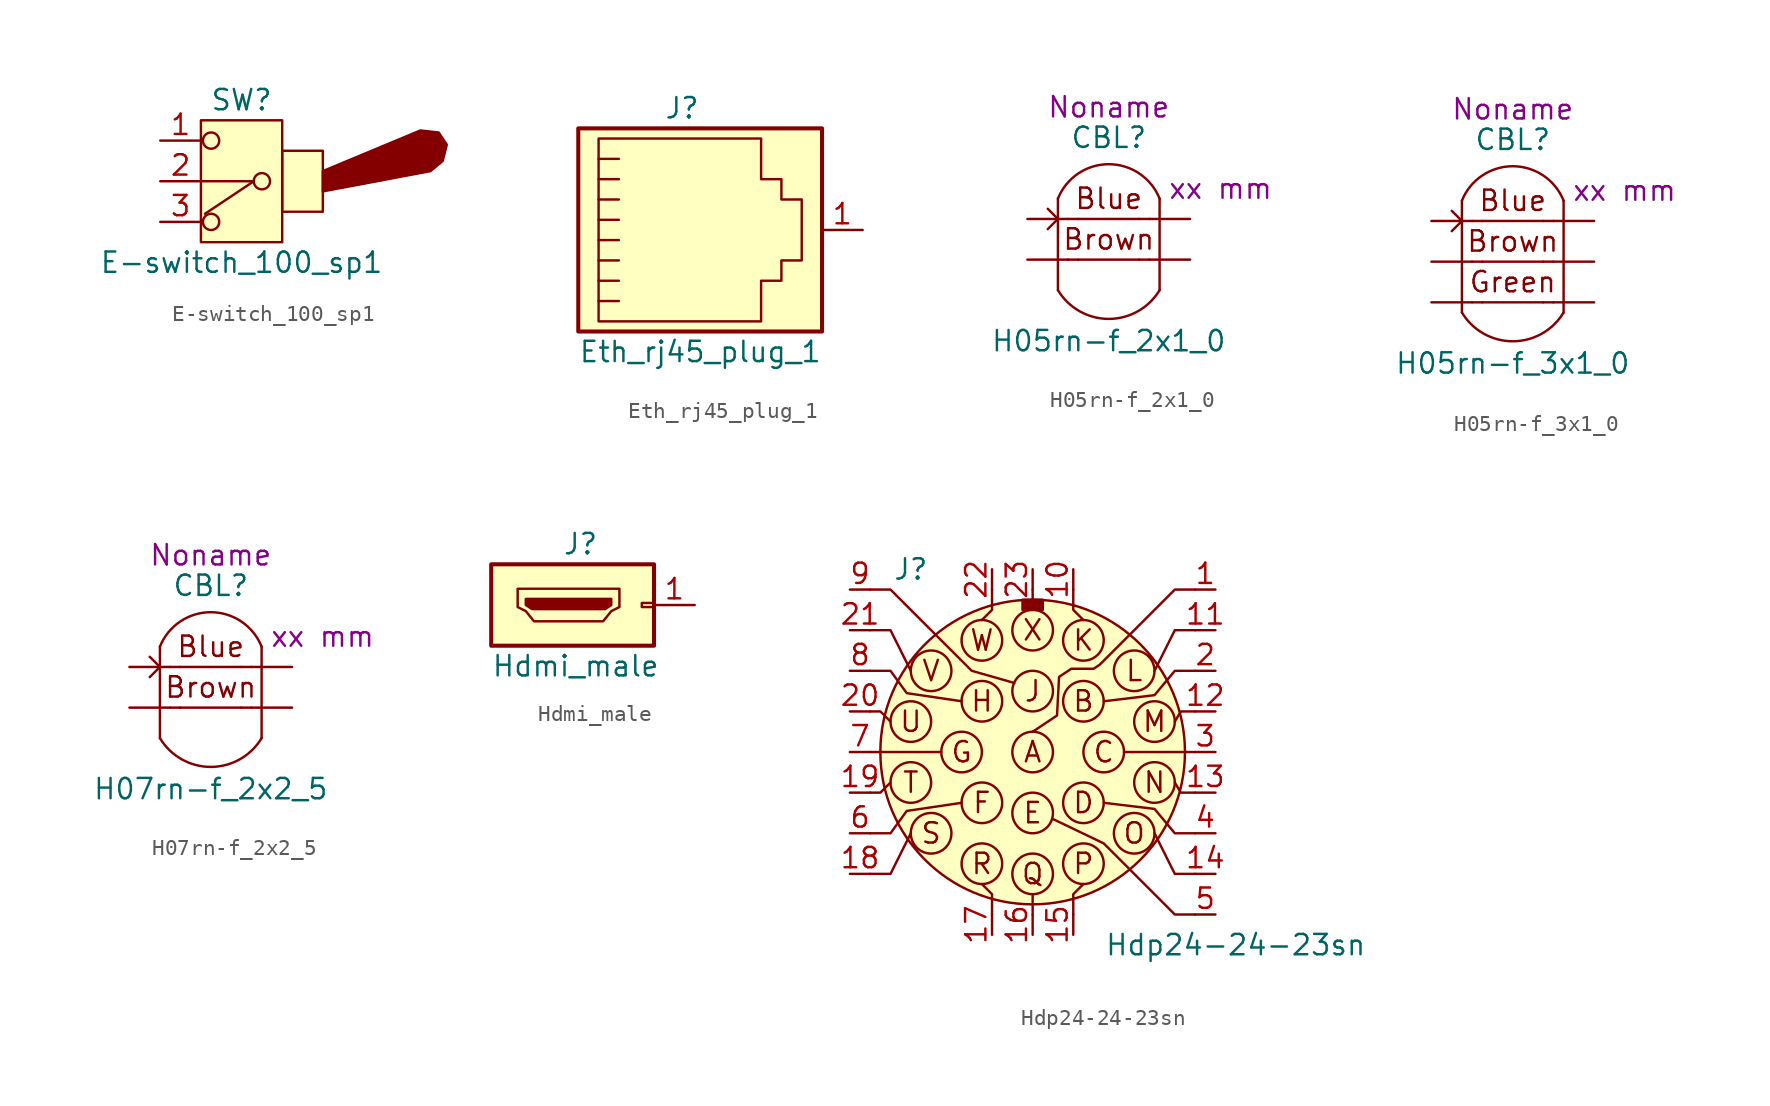
<source format=kicad_sym>
(kicad_symbol_lib
  (version 20220914)
  (generator kicad_symbol_editor)
  (symbol "E-switch_100_sp1"
    (pin_names
      (offset 0.002) hide)
    (property "Reference" "SW"
      (at 0 5.08 0)
      (effects (font (size 1.27 1.27))))
    (property "Value" "E-switch_100_sp1"
      (at 0 -5.08 0)
      (effects (font (size 1.27 1.27))))
    (symbol "E-switch_100_sp1_0_0"
      (circle (center -1.905 -2.54) (radius 0.508) (stroke (width 0) (type default)) (fill (type none)))
      (circle (center 1.27 0) (radius 0.508) (stroke (width 0) (type default)) (fill (type none)))
      (pin passive line (at -5.08 0 0) (length 2.54) (name "pin_2" (effects (font (size 1.27 1.27)))) (number "2" (effects (font (size 1.27 1.27)))))
      (pin passive line (at -5.08 -2.54 0) (length 2.54) (name "pin_3" (effects (font (size 1.27 1.27)))) (number "3" (effects (font (size 1.27 1.27))))))
    (symbol "E-switch_100_sp1_0_1"
      (rectangle (start -2.54 -3.81) (end 2.54 3.81) (stroke (width 0.152) (type default)) (fill (type background)))
      (circle (center -1.905 2.54) (radius 0.508) (stroke (width 0) (type default)) (fill (type none)))
      (polyline (pts (xy 0.762 0) (xy -2.54 0)) (stroke (width 0) (type default)) (fill (type none)))
      (polyline (pts (xy 0.762 0) (xy -2.286 -2.032)) (stroke (width 0) (type default)) (fill (type none)))
      (polyline (pts (xy 5.08 0.635) (xy 11.176 3.175) (xy 12.319 3.048) (xy 12.827 2.286) (xy 12.573 1.27) (xy 11.811 0.635) (xy 5.08 -0.635) (xy 5.08 0.635)) (stroke (width 0.152) (type default)) (fill (type outline)))
      (rectangle (start 2.54 1.905) (end 5.08 -1.905) (stroke (width 0.152) (type default)) (fill (type background))))
    (symbol "E-switch_100_sp1_1_0"
      (pin passive line (at -5.08 2.54 0) (length 2.54) (name "pin_1" (effects (font (size 1.27 1.27)))) (number "1" (effects (font (size 1.27 1.27)))))))
  (symbol "Eth_rj45_plug_1"
    (pin_names
      (offset 1.016) hide)
    (property "Reference" "J"
      (at 0 7.62 0)
      (effects (font (size 1.27 1.27)) (justify right)))
    (property "Value" "Eth_rj45_plug_1"
      (at -7.62 -7.62 0)
      (effects (font (size 1.27 1.27)) (justify left)))
    (symbol "Eth_rj45_plug_1_0_1"
      (polyline (pts (xy -5.08 3.175) (xy -6.35 3.175)) (stroke (width 0) (type default)) (fill (type none)))
      (polyline (pts (xy -5.08 4.445) (xy -6.35 4.445)) (stroke (width 0) (type default)) (fill (type none)))
      (polyline (pts (xy -6.35 -4.445) (xy -5.08 -4.445) (xy -5.08 -4.445)) (stroke (width 0) (type default)) (fill (type none)))
      (polyline (pts (xy -6.35 -3.175) (xy -5.08 -3.175) (xy -5.08 -3.175)) (stroke (width 0) (type default)) (fill (type none)))
      (polyline (pts (xy -6.35 -1.905) (xy -5.08 -1.905) (xy -5.08 -1.905)) (stroke (width 0) (type default)) (fill (type none)))
      (polyline (pts (xy -6.35 -0.635) (xy -5.08 -0.635) (xy -5.08 -0.635)) (stroke (width 0) (type default)) (fill (type none)))
      (polyline (pts (xy -6.35 0.635) (xy -5.08 0.635) (xy -5.08 0.635)) (stroke (width 0) (type default)) (fill (type none)))
      (polyline (pts (xy -5.08 1.905) (xy -6.35 1.905) (xy -6.35 1.905)) (stroke (width 0) (type default)) (fill (type none)))
      (polyline (pts (xy -6.35 -5.715) (xy -6.35 5.715) (xy 3.81 5.715) (xy 3.81 3.175) (xy 5.08 3.175) (xy 5.08 1.905) (xy 6.35 1.905) (xy 6.35 -1.905) (xy 5.08 -1.905) (xy 5.08 -3.175) (xy 3.81 -3.175) (xy 3.81 -5.715) (xy -6.35 -5.715) (xy -6.35 -5.715)) (stroke (width 0) (type default)) (fill (type none)))
      (rectangle (start 7.62 6.35) (end -7.62 -6.35) (stroke (width 0.254) (type default)) (fill (type background))))
    (symbol "Eth_rj45_plug_1_1_1"
      (pin passive line (at 10.16 0 180) (length 2.54) (name "pin_1" (effects (font (size 1.27 1.27)))) (number "1" (effects (font (size 1.27 1.27)))))))
  (symbol "H05rn-f_2x1_0"
    (pin_numbers hide)
    (pin_names hide)
    (property "Reference" "CBL"
      (at 0 5.08 0)
      (effects (font (size 1.27 1.27))))
    (property "Value" "H05rn-f_2x1_0"
      (at 0 -7.62 0)
      (effects (font (size 1.27 1.27))))
    (property "Length" "xx mm"
      (at 6.985 1.905 0)
      (effects (font (size 1.27 1.27))))
    (property "Harness_name" "Noname"
      (at 0 6.985 0)
      (effects (font (size 1.27 1.27))))
    (symbol "H05rn-f_2x1_0_0_0"
      (arc (start -3.175 -4.445) (mid 0 -6.2427) (end 3.175 -4.445) (stroke (width 0) (type default)) (fill (type none)))
      (polyline (pts (xy -3.175 1.27) (xy -3.175 -4.445)) (stroke (width 0) (type default)) (fill (type none)))
      (polyline (pts (xy -1.905 -2.54) (xy 1.905 -2.54)) (stroke (width 0) (type default)) (fill (type none)))
      (polyline (pts (xy -1.905 0) (xy 1.905 0)) (stroke (width 0) (type default)) (fill (type none)))
      (polyline (pts (xy 3.175 1.27) (xy 3.175 -4.445)) (stroke (width 0) (type default)) (fill (type none)))
      (arc (start 3.175 1.27) (mid 0 3.4196) (end -3.175 1.27) (stroke (width 0) (type default)) (fill (type none)))
      (text "Blue" (at 0 1.27 0) (effects (font (size 1.27 1.27))))
      (text "Brown" (at 0 -1.27 0) (effects (font (size 1.27 1.27)))))
    (symbol "H05rn-f_2x1_0_0_1"
      (polyline (pts (xy -1.905 -2.54) (xy -2.54 -2.54)) (stroke (width 0) (type default)) (fill (type none)))
      (polyline (pts (xy -1.905 0) (xy -2.54 0)) (stroke (width 0) (type default)) (fill (type none)))
      (polyline (pts (xy 2.54 -2.54) (xy 1.905 -2.54)) (stroke (width 0) (type default)) (fill (type none)))
      (polyline (pts (xy 2.54 0) (xy 1.905 0)) (stroke (width 0) (type default)) (fill (type none)))
      (polyline (pts (xy -3.81 0.635) (xy -3.175 0) (xy -3.81 -0.635)) (stroke (width 0) (type default)) (fill (type none))))
    (symbol "H05rn-f_2x1_0_1_1"
      (pin passive line (at -5.08 0 0) (length 2.54) (name "C1.1" (effects (font (size 1.27 1.27)))) (number "1" (effects (font (size 1.27 1.27)))))
      (pin passive line (at 5.08 0 180) (length 2.54) (name "C1.2" (effects (font (size 1.27 1.27)))) (number "2" (effects (font (size 1.27 1.27)))))
      (pin passive line (at -5.08 -2.54 0) (length 2.54) (name "C2.1" (effects (font (size 1.27 1.27)))) (number "3" (effects (font (size 1.27 1.27)))))
      (pin passive line (at 5.08 -2.54 180) (length 2.54) (name "C2.2" (effects (font (size 1.27 1.27)))) (number "4" (effects (font (size 1.27 1.27)))))))
  (symbol "H05rn-f_3x1_0"
    (pin_numbers hide)
    (pin_names hide)
    (property "Reference" "CBL"
      (at 0 7.62 0)
      (effects (font (size 1.27 1.27))))
    (property "Value" "H05rn-f_3x1_0"
      (at 0 -6.35 0)
      (effects (font (size 1.27 1.27))))
    (property "Length" "xx mm"
      (at 6.985 4.445 0)
      (effects (font (size 1.27 1.27))))
    (property "Harness_name" "Noname"
      (at 0 9.525 0)
      (effects (font (size 1.27 1.27))))
    (symbol "H05rn-f_3x1_0_0_0"
      (arc (start -3.175 -3.175) (mid 0 -4.9727) (end 3.175 -3.175) (stroke (width 0) (type default)) (fill (type none)))
      (polyline (pts (xy -3.175 3.81) (xy -3.175 -3.175)) (stroke (width 0) (type default)) (fill (type none)))
      (polyline (pts (xy -1.905 -2.54) (xy 1.905 -2.54)) (stroke (width 0) (type default)) (fill (type none)))
      (polyline (pts (xy -1.905 0) (xy 1.905 0)) (stroke (width 0) (type default)) (fill (type none)))
      (polyline (pts (xy -1.905 2.54) (xy 1.905 2.54)) (stroke (width 0) (type default)) (fill (type none)))
      (polyline (pts (xy 3.175 3.81) (xy 3.175 -3.175)) (stroke (width 0) (type default)) (fill (type none)))
      (arc (start 3.175 3.81) (mid 0 5.9596) (end -3.175 3.81) (stroke (width 0) (type default)) (fill (type none)))
      (text "Blue" (at 0 3.81 0) (effects (font (size 1.27 1.27))))
      (text "Brown" (at 0 1.27 0) (effects (font (size 1.27 1.27))))
      (text "Green" (at 0 -1.27 0) (effects (font (size 1.27 1.27)))))
    (symbol "H05rn-f_3x1_0_0_1"
      (polyline (pts (xy -1.905 -2.54) (xy -2.54 -2.54)) (stroke (width 0) (type default)) (fill (type none)))
      (polyline (pts (xy -1.905 0) (xy -2.54 0)) (stroke (width 0) (type default)) (fill (type none)))
      (polyline (pts (xy -1.905 2.54) (xy -2.54 2.54)) (stroke (width 0) (type default)) (fill (type none)))
      (polyline (pts (xy 2.54 -2.54) (xy 1.905 -2.54)) (stroke (width 0) (type default)) (fill (type none)))
      (polyline (pts (xy 2.54 0) (xy 1.905 0)) (stroke (width 0) (type default)) (fill (type none)))
      (polyline (pts (xy 2.54 2.54) (xy 1.905 2.54)) (stroke (width 0) (type default)) (fill (type none)))
      (polyline (pts (xy -3.81 3.175) (xy -3.175 2.54) (xy -3.81 1.905)) (stroke (width 0) (type default)) (fill (type none))))
    (symbol "H05rn-f_3x1_0_1_1"
      (pin passive line (at -5.08 2.54 0) (length 2.54) (name "C1.1" (effects (font (size 1.27 1.27)))) (number "1" (effects (font (size 1.27 1.27)))))
      (pin passive line (at 5.08 2.54 180) (length 2.54) (name "C1.2" (effects (font (size 1.27 1.27)))) (number "2" (effects (font (size 1.27 1.27)))))
      (pin passive line (at -5.08 0 0) (length 2.54) (name "C2.1" (effects (font (size 1.27 1.27)))) (number "3" (effects (font (size 1.27 1.27)))))
      (pin passive line (at 5.08 0 180) (length 2.54) (name "C2.2" (effects (font (size 1.27 1.27)))) (number "4" (effects (font (size 1.27 1.27)))))
      (pin passive line (at -5.08 -2.54 0) (length 2.54) (name "C3.1" (effects (font (size 1.27 1.27)))) (number "5" (effects (font (size 1.27 1.27)))))
      (pin passive line (at 5.08 -2.54 180) (length 2.54) (name "C3.2" (effects (font (size 1.27 1.27)))) (number "6" (effects (font (size 1.27 1.27)))))))
  (symbol "H07rn-f_2x2_5"
    (pin_numbers hide)
    (pin_names hide)
    (property "Reference" "CBL"
      (at 0 5.08 0)
      (effects (font (size 1.27 1.27))))
    (property "Value" "H07rn-f_2x2_5"
      (at 0 -7.62 0)
      (effects (font (size 1.27 1.27))))
    (property "Length" "xx mm"
      (at 6.985 1.905 0)
      (effects (font (size 1.27 1.27))))
    (property "Harness_name" "Noname"
      (at 0 6.985 0)
      (effects (font (size 1.27 1.27))))
    (symbol "H07rn-f_2x2_5_0_0"
      (arc (start -3.175 -4.445) (mid 0 -6.2427) (end 3.175 -4.445) (stroke (width 0) (type default)) (fill (type none)))
      (polyline (pts (xy -3.175 1.27) (xy -3.175 -4.445)) (stroke (width 0) (type default)) (fill (type none)))
      (polyline (pts (xy -1.905 -2.54) (xy 1.905 -2.54)) (stroke (width 0) (type default)) (fill (type none)))
      (polyline (pts (xy -1.905 0) (xy 1.905 0)) (stroke (width 0) (type default)) (fill (type none)))
      (polyline (pts (xy 3.175 1.27) (xy 3.175 -4.445)) (stroke (width 0) (type default)) (fill (type none)))
      (arc (start 3.175 1.27) (mid 0 3.4196) (end -3.175 1.27) (stroke (width 0) (type default)) (fill (type none)))
      (text "Blue" (at 0 1.27 0) (effects (font (size 1.27 1.27))))
      (text "Brown" (at 0 -1.27 0) (effects (font (size 1.27 1.27)))))
    (symbol "H07rn-f_2x2_5_0_1"
      (polyline (pts (xy -1.905 -2.54) (xy -2.54 -2.54)) (stroke (width 0) (type default)) (fill (type none)))
      (polyline (pts (xy -1.905 0) (xy -2.54 0)) (stroke (width 0) (type default)) (fill (type none)))
      (polyline (pts (xy 2.54 -2.54) (xy 1.905 -2.54)) (stroke (width 0) (type default)) (fill (type none)))
      (polyline (pts (xy 2.54 0) (xy 1.905 0)) (stroke (width 0) (type default)) (fill (type none)))
      (polyline (pts (xy -3.81 0.635) (xy -3.175 0) (xy -3.81 -0.635)) (stroke (width 0) (type default)) (fill (type none))))
    (symbol "H07rn-f_2x2_5_1_1"
      (pin passive line (at -5.08 0 0) (length 2.54) (name "C1.1" (effects (font (size 1.27 1.27)))) (number "1" (effects (font (size 1.27 1.27)))))
      (pin passive line (at 5.08 0 180) (length 2.54) (name "C1.2" (effects (font (size 1.27 1.27)))) (number "2" (effects (font (size 1.27 1.27)))))
      (pin passive line (at -5.08 -2.54 0) (length 2.54) (name "C2.1" (effects (font (size 1.27 1.27)))) (number "3" (effects (font (size 1.27 1.27)))))
      (pin passive line (at 5.08 -2.54 180) (length 2.54) (name "C2.2" (effects (font (size 1.27 1.27)))) (number "4" (effects (font (size 1.27 1.27)))))))
  (symbol "Hdmi_male"
    (pin_names
      (offset 1.016) hide)
    (property "Reference" "J"
      (at -5.715 3.81 0)
      (effects (font (size 1.27 1.27)) (justify left)))
    (property "Value" "Hdmi_male"
      (at -10.16 -3.81 0)
      (effects (font (size 1.27 1.27)) (justify left)))
    (symbol "Hdmi_male_0_0"
      (polyline (pts (xy -8.509 -0.127) (xy -8.509 1.016) (xy -2.159 1.016) (xy -2.159 -0.127) (xy -2.667 -0.381) (xy -3.175 -1.016) (xy -7.493 -1.016) (xy -8.001 -0.381) (xy -8.509 -0.127)) (stroke (width 0) (type default)) (fill (type none))))
    (symbol "Hdmi_male_0_1"
      (rectangle (start -10.16 -2.54) (end 0 2.54) (stroke (width 0.254) (type default)) (fill (type background)))
      (rectangle (start 0 -0.127) (end -0.762 0.127) (stroke (width 0) (type default)) (fill (type none)))
      (polyline (pts (xy -8.001 0.381) (xy -8.001 0) (xy -7.62 -0.254) (xy -3.048 -0.254) (xy -2.667 0) (xy -2.667 0.381) (xy -8.001 0.381)) (stroke (width 0) (type default)) (fill (type outline))))
    (symbol "Hdmi_male_1_1"
      (pin passive line (at 2.54 0 180) (length 2.54) (name "Pin_1" (effects (font (size 1.27 1.27)))) (number "1" (effects (font (size 1.27 1.27)))))))
  (symbol "Hdp24-24-23sn"
    (pin_names
      (offset 1.016) hide)
    (property "Reference" "J"
      (at -7.62 11.43 0)
      (effects (font (size 1.27 1.27))))
    (property "Value" "Hdp24-24-23sn"
      (at 12.7 -12.065 0)
      (effects (font (size 1.27 1.27))))
    (symbol "Hdp24-24-23sn_0_0"
      (text "A" (at 0 0 0) (effects (font (size 1.27 1.27)))))
    (symbol "Hdp24-24-23sn_0_1"
      (circle (center 7.62 1.905) (radius 1.27) (stroke (width 0) (type default)) (fill (type none))))
    (symbol "Hdp24-24-23sn_1_1"
      (circle (center -7.62 -1.905) (radius 1.27) (stroke (width 0) (type default)) (fill (type none)))
      (circle (center -7.62 1.905) (radius 1.27) (stroke (width 0) (type default)) (fill (type none)))
      (circle (center -6.35 -5.08) (radius 1.27) (stroke (width 0) (type default)) (fill (type none)))
      (circle (center -6.35 5.08) (radius 1.27) (stroke (width 0) (type default)) (fill (type none)))
      (circle (center -4.445 0) (radius 1.27) (stroke (width 0) (type default)) (fill (type none)))
      (circle (center -3.175 -6.985) (radius 1.27) (stroke (width 0) (type default)) (fill (type none)))
      (circle (center -3.175 -3.175) (radius 1.27) (stroke (width 0) (type default)) (fill (type none)))
      (circle (center -3.175 3.175) (radius 1.27) (stroke (width 0) (type default)) (fill (type none)))
      (circle (center -3.175 6.985) (radius 1.27) (stroke (width 0) (type default)) (fill (type none)))
      (rectangle (start -0.635 9.525) (end 0.635 8.89) (stroke (width 0) (type default)) (fill (type outline)))
      (circle (center 0 -7.62) (radius 1.27) (stroke (width 0) (type default)) (fill (type none)))
      (circle (center 0 -3.81) (radius 1.27) (stroke (width 0) (type default)) (fill (type none)))
      (polyline (pts (xy -5.715 0) (xy -10.16 0)) (stroke (width 0) (type default)) (fill (type none)))
      (polyline (pts (xy 0 -8.89) (xy 0 -10.16)) (stroke (width 0) (type default)) (fill (type none)))
      (polyline (pts (xy 0 8.89) (xy 0 10.16)) (stroke (width 0) (type default)) (fill (type none)))
      (polyline (pts (xy 5.715 0) (xy 10.16 0)) (stroke (width 0) (type default)) (fill (type none)))
      (polyline (pts (xy -8.89 -1.905) (xy -9.525 -2.54) (xy -10.16 -2.54)) (stroke (width 0) (type default)) (fill (type none)))
      (polyline (pts (xy -8.89 1.905) (xy -9.525 2.54) (xy -10.16 2.54)) (stroke (width 0) (type default)) (fill (type none)))
      (polyline (pts (xy -7.62 -5.08) (xy -8.89 -7.62) (xy -10.16 -7.62)) (stroke (width 0) (type default)) (fill (type none)))
      (polyline (pts (xy -7.62 5.08) (xy -8.89 7.62) (xy -10.16 7.62)) (stroke (width 0) (type default)) (fill (type none)))
      (polyline (pts (xy -3.175 -8.255) (xy -2.54 -8.89) (xy -2.54 -10.16)) (stroke (width 0) (type default)) (fill (type none)))
      (polyline (pts (xy -3.175 8.255) (xy -2.54 8.89) (xy -2.54 10.16)) (stroke (width 0) (type default)) (fill (type none)))
      (polyline (pts (xy 3.175 -8.255) (xy 2.54 -8.89) (xy 2.54 -10.16)) (stroke (width 0) (type default)) (fill (type none)))
      (polyline (pts (xy 3.175 8.255) (xy 2.54 8.89) (xy 2.54 10.16)) (stroke (width 0) (type default)) (fill (type none)))
      (polyline (pts (xy 7.62 -5.08) (xy 8.89 -7.62) (xy 10.16 -7.62)) (stroke (width 0) (type default)) (fill (type none)))
      (polyline (pts (xy 7.62 5.08) (xy 8.89 7.62) (xy 10.16 7.62)) (stroke (width 0) (type default)) (fill (type none)))
      (polyline (pts (xy 8.89 -1.905) (xy 9.271 -2.54) (xy 10.16 -2.54)) (stroke (width 0) (type default)) (fill (type none)))
      (polyline (pts (xy 8.89 1.905) (xy 9.271 2.54) (xy 10.16 2.54)) (stroke (width 0) (type default)) (fill (type none)))
      (polyline (pts (xy -4.445 -3.175) (xy -7.874 -3.683) (xy -8.89 -5.08) (xy -10.16 -5.08)) (stroke (width 0) (type default)) (fill (type none)))
      (polyline (pts (xy -4.445 3.175) (xy -7.874 3.683) (xy -8.89 5.08) (xy -10.16 5.08)) (stroke (width 0) (type default)) (fill (type none)))
      (polyline (pts (xy 4.445 -3.175) (xy 7.62 -3.556) (xy 8.89 -5.08) (xy 10.16 -5.08)) (stroke (width 0) (type default)) (fill (type none)))
      (polyline (pts (xy 4.445 3.175) (xy 7.62 3.556) (xy 8.89 5.08) (xy 10.16 5.08)) (stroke (width 0) (type default)) (fill (type none)))
      (polyline (pts (xy -1.143 4.318) (xy -3.81 5.08) (xy -6.35 7.62) (xy -8.89 10.16) (xy -10.16 10.16)) (stroke (width 0) (type default)) (fill (type none)))
      (polyline (pts (xy 1.27 -4.191) (xy 4.445 -5.715) (xy 6.35 -7.62) (xy 6.985 -8.255) (xy 8.89 -10.16) (xy 10.16 -10.16)) (stroke (width 0) (type default)) (fill (type none)))
      (polyline (pts (xy 0 1.27) (xy 1.524 2.286) (xy 1.651 4.699) (xy 2.413 5.207) (xy 3.81 5.207) (xy 4.191 5.461) (xy 8.89 10.16) (xy 10.16 10.16)) (stroke (width 0) (type default)) (fill (type none)))
      (circle (center 0 0) (radius 1.27) (stroke (width 0) (type default)) (fill (type none)))
      (circle (center 0 0) (radius 9.525) (stroke (width 0) (type default)) (fill (type background)))
      (circle (center 0 3.81) (radius 1.27) (stroke (width 0) (type default)) (fill (type none)))
      (circle (center 0 7.62) (radius 1.27) (stroke (width 0) (type default)) (fill (type none)))
      (circle (center 3.175 -6.985) (radius 1.27) (stroke (width 0) (type default)) (fill (type none)))
      (circle (center 3.175 -3.175) (radius 1.27) (stroke (width 0) (type default)) (fill (type none)))
      (circle (center 3.175 3.175) (radius 1.27) (stroke (width 0) (type default)) (fill (type none)))
      (circle (center 3.175 6.985) (radius 1.27) (stroke (width 0) (type default)) (fill (type none)))
      (circle (center 4.445 0) (radius 1.27) (stroke (width 0) (type default)) (fill (type none)))
      (circle (center 6.35 -5.08) (radius 1.27) (stroke (width 0) (type default)) (fill (type none)))
      (circle (center 6.35 5.08) (radius 1.27) (stroke (width 0) (type default)) (fill (type none)))
      (circle (center 7.62 -1.905) (radius 1.27) (stroke (width 0) (type default)) (fill (type none)))
      (text "B" (at 3.175 3.175 0) (effects (font (size 1.27 1.27))))
      (text "C" (at 4.445 0 0) (effects (font (size 1.27 1.27))))
      (text "D" (at 3.175 -3.175 0) (effects (font (size 1.27 1.27))))
      (text "E" (at 0 -3.81 0) (effects (font (size 1.27 1.27))))
      (text "F" (at -3.175 -3.175 0) (effects (font (size 1.27 1.27))))
      (text "G" (at -4.445 0 0) (effects (font (size 1.27 1.27))))
      (text "H" (at -3.175 3.175 0) (effects (font (size 1.27 1.27))))
      (text "J" (at 0 3.81 0) (effects (font (size 1.27 1.27))))
      (text "K" (at 3.175 6.985 0) (effects (font (size 1.27 1.27))))
      (text "L" (at 6.35 5.08 0) (effects (font (size 1.27 1.27))))
      (text "M" (at 7.62 1.905 0) (effects (font (size 1.27 1.27))))
      (text "N" (at 7.62 -1.905 0) (effects (font (size 1.27 1.27))))
      (text "O" (at 6.35 -5.08 0) (effects (font (size 1.27 1.27))))
      (text "P" (at 3.175 -6.985 0) (effects (font (size 1.27 1.27))))
      (text "Q" (at 0 -7.62 0) (effects (font (size 1.27 1.27))))
      (text "R" (at -3.175 -6.985 0) (effects (font (size 1.27 1.27))))
      (text "S" (at -6.35 -5.08 0) (effects (font (size 1.27 1.27))))
      (text "T" (at -7.62 -1.905 0) (effects (font (size 1.27 1.27))))
      (text "U" (at -7.62 1.905 0) (effects (font (size 1.27 1.27))))
      (text "V" (at -6.35 5.08 0) (effects (font (size 1.27 1.27))))
      (text "W" (at -3.175 6.985 0) (effects (font (size 1.27 1.27))))
      (text "X" (at 0 7.62 0) (effects (font (size 1.27 1.27))))
      (pin passive line (at 11.43 10.16 180) (length 1.27) (name "A" (effects (font (size 1.27 1.27)))) (number "1" (effects (font (size 1.27 1.27)))))
      (pin passive line (at 2.54 11.43 270) (length 1.27) (name "K" (effects (font (size 1.27 1.27)))) (number "10" (effects (font (size 1.27 1.27)))))
      (pin passive line (at 11.43 7.62 180) (length 1.27) (name "L" (effects (font (size 1.27 1.27)))) (number "11" (effects (font (size 1.27 1.27)))))
      (pin passive line (at 11.43 2.54 180) (length 1.27) (name "M" (effects (font (size 1.27 1.27)))) (number "12" (effects (font (size 1.27 1.27)))))
      (pin passive line (at 11.43 -2.54 180) (length 1.27) (name "N" (effects (font (size 1.27 1.27)))) (number "13" (effects (font (size 1.27 1.27)))))
      (pin passive line (at 11.43 -7.62 180) (length 1.27) (name "O" (effects (font (size 1.27 1.27)))) (number "14" (effects (font (size 1.27 1.27)))))
      (pin passive line (at 2.54 -11.43 90) (length 1.27) (name "P" (effects (font (size 1.27 1.27)))) (number "15" (effects (font (size 1.27 1.27)))))
      (pin passive line (at 0 -11.43 90) (length 1.27) (name "Q" (effects (font (size 1.27 1.27)))) (number "16" (effects (font (size 1.27 1.27)))))
      (pin passive line (at -2.54 -11.43 90) (length 1.27) (name "R" (effects (font (size 1.27 1.27)))) (number "17" (effects (font (size 1.27 1.27)))))
      (pin passive line (at -11.43 -7.62 0) (length 1.27) (name "S" (effects (font (size 1.27 1.27)))) (number "18" (effects (font (size 1.27 1.27)))))
      (pin passive line (at -11.43 -2.54 0) (length 1.27) (name "T" (effects (font (size 1.27 1.27)))) (number "19" (effects (font (size 1.27 1.27)))))
      (pin passive line (at 11.43 5.08 180) (length 1.27) (name "B" (effects (font (size 1.27 1.27)))) (number "2" (effects (font (size 1.27 1.27)))))
      (pin passive line (at -11.43 2.54 0) (length 1.27) (name "U" (effects (font (size 1.27 1.27)))) (number "20" (effects (font (size 1.27 1.27)))))
      (pin passive line (at -11.43 7.62 0) (length 1.27) (name "V" (effects (font (size 1.27 1.27)))) (number "21" (effects (font (size 1.27 1.27)))))
      (pin passive line (at -2.54 11.43 270) (length 1.27) (name "W" (effects (font (size 1.27 1.27)))) (number "22" (effects (font (size 1.27 1.27)))))
      (pin passive line (at 0 11.43 270) (length 1.27) (name "X" (effects (font (size 1.27 1.27)))) (number "23" (effects (font (size 1.27 1.27)))))
      (pin passive line (at 11.43 0 180) (length 1.27) (name "C" (effects (font (size 1.27 1.27)))) (number "3" (effects (font (size 1.27 1.27)))))
      (pin passive line (at 11.43 -5.08 180) (length 1.27) (name "D" (effects (font (size 1.27 1.27)))) (number "4" (effects (font (size 1.27 1.27)))))
      (pin passive line (at 11.43 -10.16 180) (length 1.27) (name "E" (effects (font (size 1.27 1.27)))) (number "5" (effects (font (size 1.27 1.27)))))
      (pin passive line (at -11.43 -5.08 0) (length 1.27) (name "F" (effects (font (size 1.27 1.27)))) (number "6" (effects (font (size 1.27 1.27)))))
      (pin passive line (at -11.43 0 0) (length 1.27) (name "G" (effects (font (size 1.27 1.27)))) (number "7" (effects (font (size 1.27 1.27)))))
      (pin passive line (at -11.43 5.08 0) (length 1.27) (name "H" (effects (font (size 1.27 1.27)))) (number "8" (effects (font (size 1.27 1.27)))))
      (pin passive line (at -11.43 10.16 0) (length 1.27) (name "J" (effects (font (size 1.27 1.27)))) (number "9" (effects (font (size 1.27 1.27))))))))
</source>
